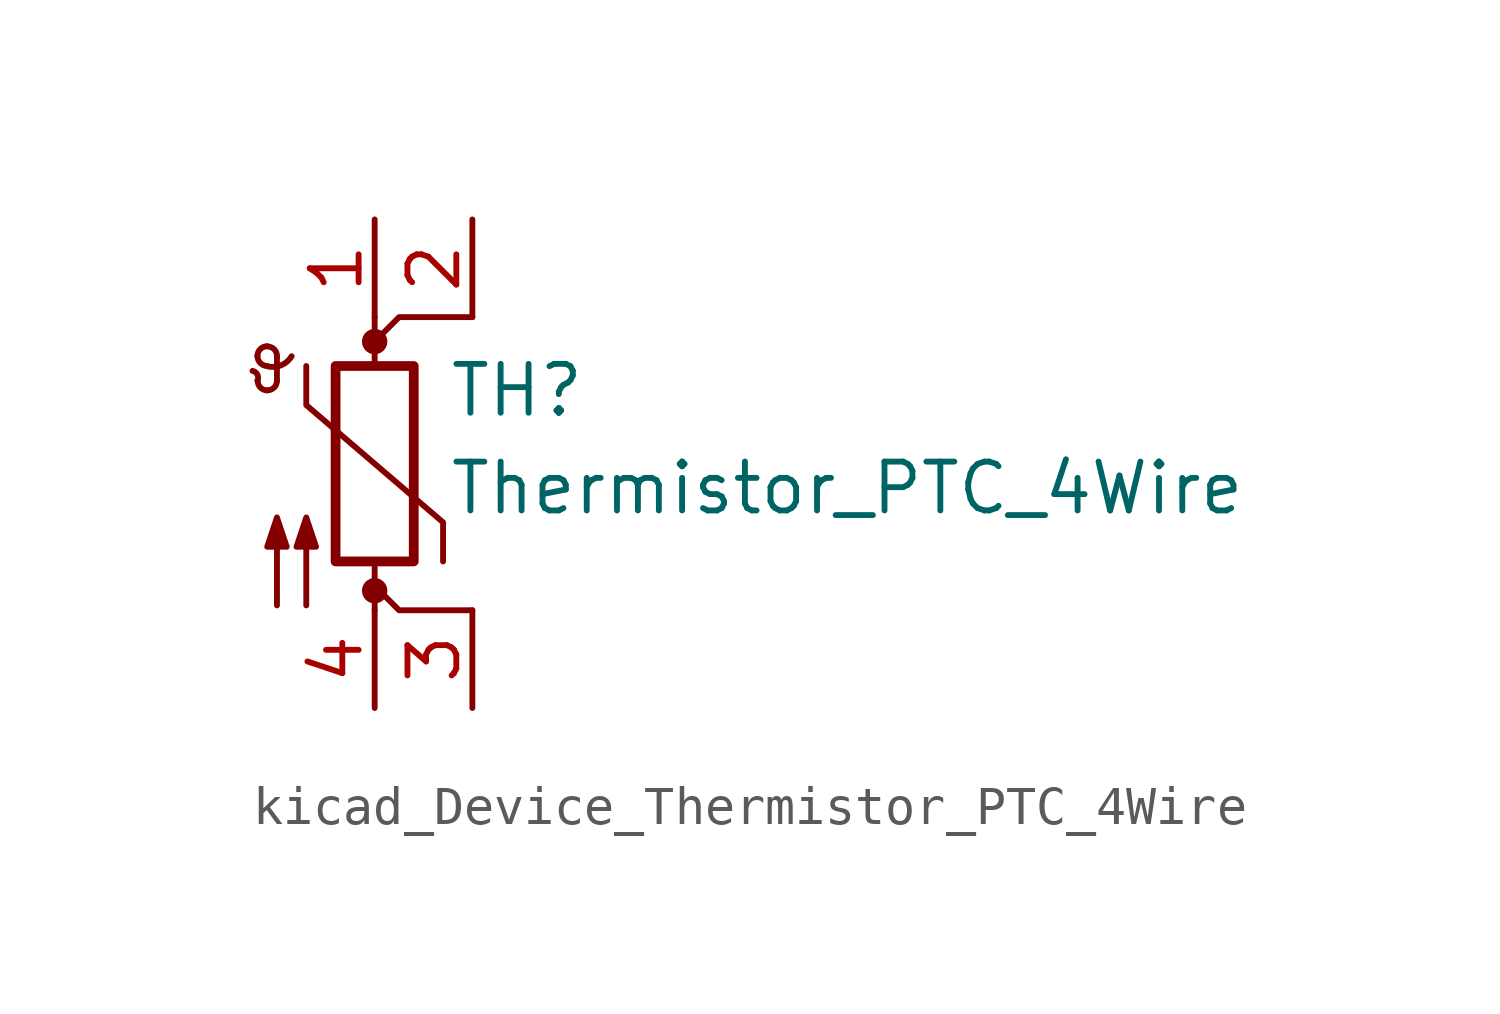
<source format=kicad_sym>
(kicad_symbol_lib
  (version 20220914)
  (generator kicad_symbol_editor)
  (symbol "kicad_Device_Thermistor_PTC_4Wire"
    (pin_names
      (offset 0))
    (property "Reference" "TH"
      (at 1.905 1.905 0)
      (effects (font (size 1.27 1.27)) (justify left)))
    (property "Value" "Thermistor_PTC_4Wire"
      (at 1.905 -0.635 0)
      (effects (font (size 1.27 1.27)) (justify left)))
    (symbol "kicad_Device_Thermistor_PTC_4Wire_0_1"
      (arc (start -3.048 2.159) (mid -3.0495 2.3143) (end -3.175 2.413) (stroke (width 0) (type default)) (fill (type none)))
      (arc (start -3.048 2.159) (mid -2.9736 1.9794) (end -2.794 1.905) (stroke (width 0) (type default)) (fill (type none)))
      (arc (start -3.048 2.794) (mid -2.9736 2.6144) (end -2.794 2.54) (stroke (width 0) (type default)) (fill (type none)))
      (arc (start -2.794 1.905) (mid -2.6144 1.9794) (end -2.54 2.159) (stroke (width 0) (type default)) (fill (type none)))
      (arc (start -2.794 2.54) (mid -2.4393 2.5587) (end -2.159 2.794) (stroke (width 0) (type default)) (fill (type none)))
      (arc (start -2.794 3.048) (mid -2.9736 2.9736) (end -3.048 2.794) (stroke (width 0) (type default)) (fill (type none)))
      (arc (start -2.54 2.794) (mid -2.6144 2.9736) (end -2.794 3.048) (stroke (width 0) (type default)) (fill (type none)))
      (rectangle (start -1.016 2.54) (end 1.016 -2.54) (stroke (width 0.254) (type default)) (fill (type none)))
      (circle (center 0 -3.302) (radius 0.254) (stroke (width 0) (type default)) (fill (type outline)))
      (polyline (pts (xy -2.54 2.159) (xy -2.54 2.794)) (stroke (width 0) (type default)) (fill (type none)))
      (polyline (pts (xy 0 -3.81) (xy 0 -2.54)) (stroke (width 0) (type default)) (fill (type none)))
      (polyline (pts (xy 0 3.175) (xy 0 3.175)) (stroke (width 0) (type default)) (fill (type none)))
      (polyline (pts (xy 0 3.81) (xy 0 2.54)) (stroke (width 0) (type default)) (fill (type none)))
      (polyline (pts (xy 2.54 -3.81) (xy 0.635 -3.81) (xy 0 -3.175)) (stroke (width 0) (type default)) (fill (type none)))
      (polyline (pts (xy 2.54 3.81) (xy 0.635 3.81) (xy 0 3.175)) (stroke (width 0) (type default)) (fill (type none)))
      (polyline (pts (xy -1.778 2.54) (xy -1.778 1.524) (xy 1.778 -1.524) (xy 1.778 -2.54)) (stroke (width 0) (type default)) (fill (type none)))
      (polyline (pts (xy -2.54 -3.683) (xy -2.54 -1.397) (xy -2.794 -2.159) (xy -2.286 -2.159) (xy -2.54 -1.397) (xy -2.54 -1.651)) (stroke (width 0) (type default)) (fill (type outline)))
      (polyline (pts (xy -1.778 -3.683) (xy -1.778 -1.397) (xy -2.032 -2.159) (xy -1.524 -2.159) (xy -1.778 -1.397) (xy -1.778 -1.651)) (stroke (width 0) (type default)) (fill (type outline)))
      (circle (center 0 3.175) (radius 0.254) (stroke (width 0) (type default)) (fill (type outline))))
    (symbol "kicad_Device_Thermistor_PTC_4Wire_1_1"
      (pin passive line (at 0 6.35 270) (length 2.54) (name "~" (effects (font (size 1.27 1.27)))) (number "1" (effects (font (size 1.27 1.27)))))
      (pin passive line (at 2.54 6.35 270) (length 2.54) (name "~" (effects (font (size 1.27 1.27)))) (number "2" (effects (font (size 1.27 1.27)))))
      (pin passive line (at 2.54 -6.35 90) (length 2.54) (name "~" (effects (font (size 1.27 1.27)))) (number "3" (effects (font (size 1.27 1.27)))))
      (pin passive line (at 0 -6.35 90) (length 2.54) (name "~" (effects (font (size 1.27 1.27)))) (number "4" (effects (font (size 1.27 1.27))))))))
</source>
